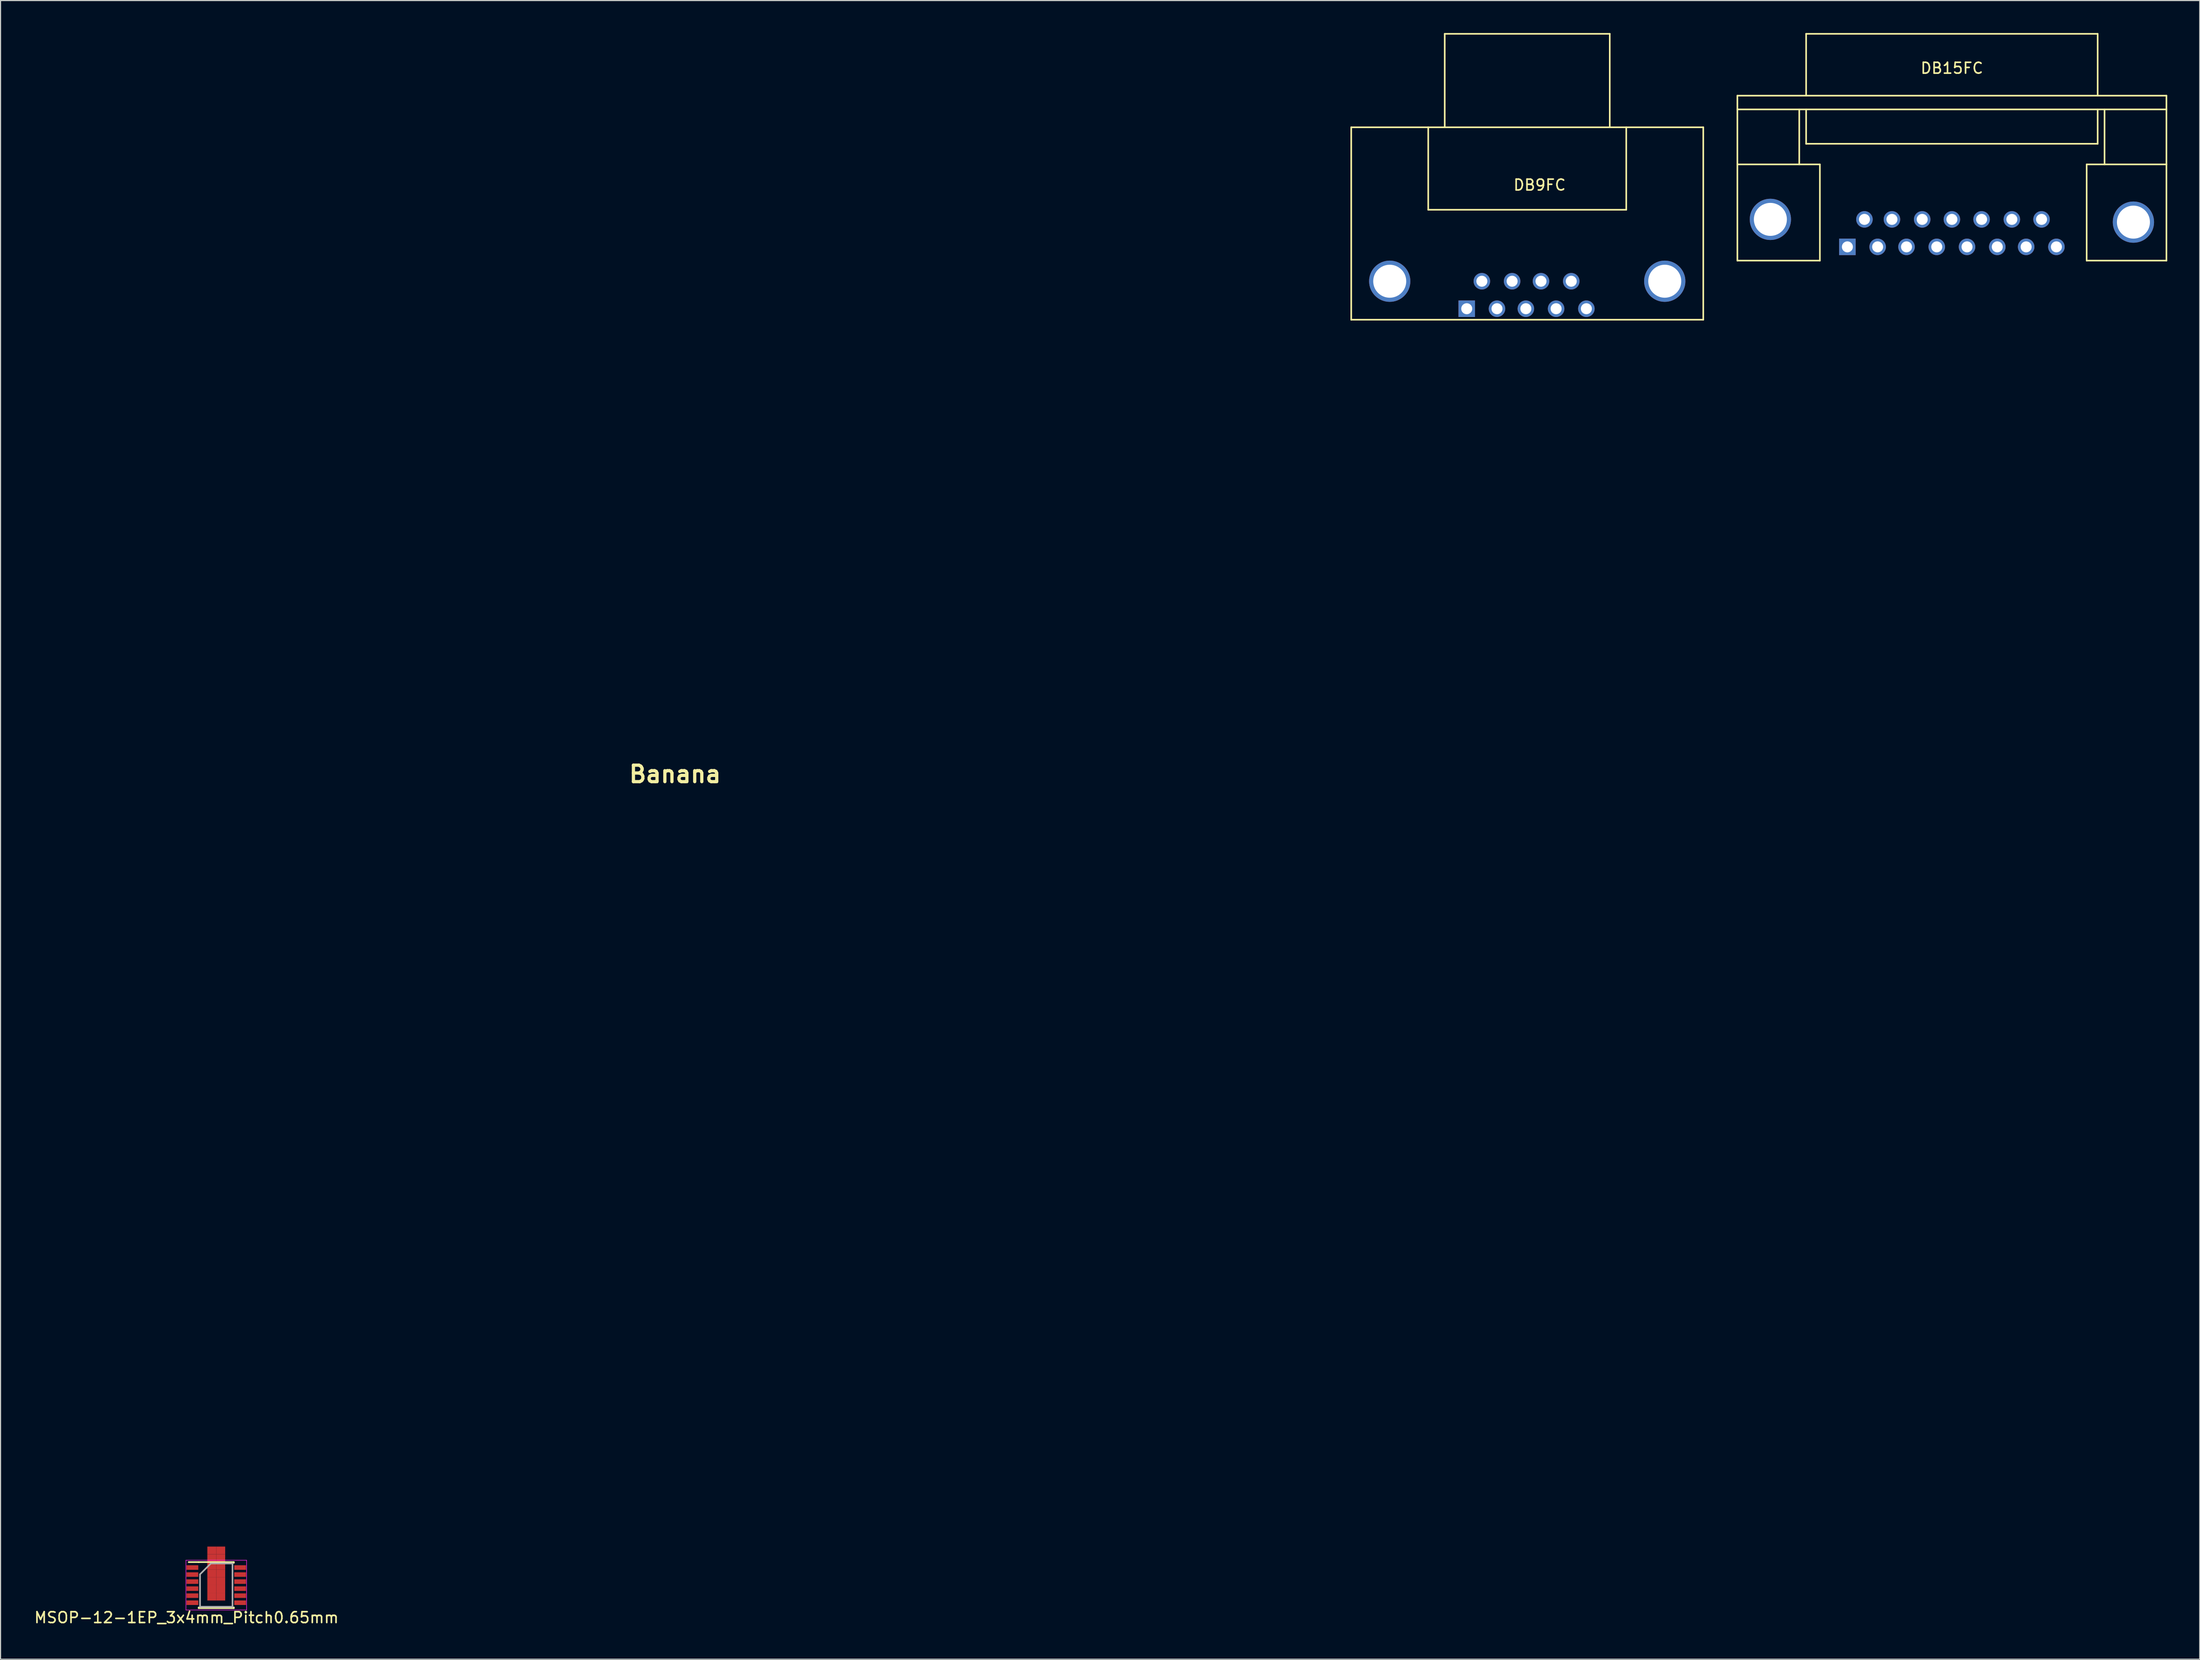
<source format=kicad_pcb>
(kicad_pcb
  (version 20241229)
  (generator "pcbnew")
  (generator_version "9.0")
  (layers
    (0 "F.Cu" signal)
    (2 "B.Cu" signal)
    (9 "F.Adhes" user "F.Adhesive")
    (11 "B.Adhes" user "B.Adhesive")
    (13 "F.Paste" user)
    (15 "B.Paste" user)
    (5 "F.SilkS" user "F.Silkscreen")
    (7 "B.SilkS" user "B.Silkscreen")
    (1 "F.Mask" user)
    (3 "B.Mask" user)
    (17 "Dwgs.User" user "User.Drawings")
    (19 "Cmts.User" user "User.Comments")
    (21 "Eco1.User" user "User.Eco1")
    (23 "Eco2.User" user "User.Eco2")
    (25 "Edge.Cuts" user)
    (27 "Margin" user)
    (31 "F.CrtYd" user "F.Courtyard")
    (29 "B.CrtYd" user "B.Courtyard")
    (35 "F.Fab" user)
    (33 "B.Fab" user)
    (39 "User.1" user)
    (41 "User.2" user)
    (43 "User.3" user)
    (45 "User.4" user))
  (footprint "DB9FC"
    (layer "F.Cu")
    (at 137.867 24.205)
    (property "Reference" "DB9FC" (at 1.27 -10.16 0) (layer "F.SilkS") (effects (font (size 1 1) (thickness 0.15))))
    (attr through_hole)
    (fp_line (start -16.129 -15.494) (end -16.129 2.286) (stroke (width 0.15) (type solid)) (layer "F.SilkS"))
    (fp_line (start -16.129 2.286) (end 16.383 2.286) (stroke (width 0.15) (type solid)) (layer "F.SilkS"))
    (fp_line (start -9.017 -15.494) (end -9.017 -7.874) (stroke (width 0.15) (type solid)) (layer "F.SilkS"))
    (fp_line (start -9.017 -7.874) (end 9.271 -7.874) (stroke (width 0.15) (type solid)) (layer "F.SilkS"))
    (fp_line (start -7.493 -24.13) (end 7.747 -24.13) (stroke (width 0.15) (type solid)) (layer "F.SilkS"))
    (fp_line (start -7.493 -15.494) (end -7.493 -24.13) (stroke (width 0.15) (type solid)) (layer "F.SilkS"))
    (fp_line (start 7.747 -24.13) (end 7.747 -15.494) (stroke (width 0.15) (type solid)) (layer "F.SilkS"))
    (fp_line (start 9.271 -7.874) (end 9.271 -15.494) (stroke (width 0.15) (type solid)) (layer "F.SilkS"))
    (fp_line (start 16.383 -15.494) (end -16.129 -15.494) (stroke (width 0.15) (type solid)) (layer "F.SilkS"))
    (fp_line (start 16.383 2.286) (end 16.383 -15.494) (stroke (width 0.15) (type solid)) (layer "F.SilkS"))
    (pad "0" thru_hole circle (at -12.573 -1.27) (size 3.81 3.81) (drill 3.048) (layers "*.Cu" "*.Mask"))
    (pad "0" thru_hole circle (at 12.827 -1.27) (size 3.81 3.81) (drill 3.048) (layers "*.Cu" "*.Mask"))
    (pad "1" thru_hole rect (at -5.461 1.27) (size 1.524 1.524) (drill 1.016) (layers "*.Cu" "*.Mask"))
    (pad "2" thru_hole circle (at -2.667 1.27) (size 1.524 1.524) (drill 1.016) (layers "*.Cu" "*.Mask"))
    (pad "3" thru_hole circle (at 0 1.27) (size 1.524 1.524) (drill 1.016) (layers "*.Cu" "*.Mask"))
    (pad "4" thru_hole circle (at 2.794 1.27) (size 1.524 1.524) (drill 1.016) (layers "*.Cu" "*.Mask"))
    (pad "5" thru_hole circle (at 5.588 1.27) (size 1.524 1.524) (drill 1.016) (layers "*.Cu" "*.Mask"))
    (pad "6" thru_hole circle (at -4.064 -1.27) (size 1.524 1.524) (drill 1.016) (layers "*.Cu" "*.Mask"))
    (pad "7" thru_hole circle (at -1.27 -1.27) (size 1.524 1.524) (drill 1.016) (layers "*.Cu" "*.Mask"))
    (pad "8" thru_hole circle (at 1.397 -1.27) (size 1.524 1.524) (drill 1.016) (layers "*.Cu" "*.Mask"))
    (pad "9" thru_hole circle (at 4.191 -1.27) (size 1.524 1.524) (drill 1.016) (layers "*.Cu" "*.Mask")))
  (footprint "Banana"
    (layer "F.Cu")
    (at 59.295 68.484)
    (property "Reference" "Banana" (at 0 0 0) (layer "F.SilkS") (effects (font (size 1.524 1.524) (thickness 0.3))))
    (attr through_hole)
    (fp_poly (pts (xy 31.079 -67.098) (xy 32.46 -65.718) (xy 33.214 -62.802) (xy 33.976 -60.129) (xy 34.805 -57.767) (xy 35.735 -55.635) (xy 36.799 -53.656) (xy 37.605 -52.373) (xy 38.302 -51.375) (xy 39.004 -50.489) (xy 39.767 -49.667) (xy 40.643 -48.859) (xy 41.687 -48.016) (xy 42.952 -47.091) (xy 44.493 -46.034) (xy 44.877 -45.777) (xy 46.124 -44.931) (xy 47.386 -44.05) (xy 48.584 -43.19) (xy 49.642 -42.407) (xy 50.482 -41.757) (xy 50.752 -41.535) (xy 52.809 -39.609) (xy 54.544 -37.537) (xy 55.974 -35.287) (xy 57.117 -32.826) (xy 57.99 -30.122) (xy 58.61 -27.142) (xy 58.696 -26.572) (xy 59.203 -21.848) (xy 59.363 -17.12) (xy 59.174 -12.371) (xy 58.634 -7.587) (xy 57.739 -2.75) (xy 56.486 2.155) (xy 54.873 7.143) (xy 52.897 12.231) (xy 50.846 16.822) (xy 50.118 18.314) (xy 49.292 19.931) (xy 48.394 21.625) (xy 47.455 23.343) (xy 46.503 25.036) (xy 45.568 26.653) (xy 44.677 28.143) (xy 43.861 29.457) (xy 43.148 30.544) (xy 42.567 31.354) (xy 42.36 31.609) (xy 39.999 34.273) (xy 37.435 36.99) (xy 34.732 39.704) (xy 31.95 42.357) (xy 29.151 44.891) (xy 26.395 47.249) (xy 23.746 49.373) (xy 22.036 50.654) (xy 20.441 51.794) (xy 18.96 52.809) (xy 17.54 53.729) (xy 16.129 54.581) (xy 14.672 55.395) (xy 13.117 56.198) (xy 11.41 57.019) (xy 9.499 57.887) (xy 7.331 58.829) (xy 4.851 59.875) (xy 4.689 59.942) (xy 1.272 61.349) (xy -1.839 62.587) (xy -4.681 63.67) (xy -7.295 64.61) (xy -9.72 65.419) (xy -11.995 66.108) (xy -14.16 66.692) (xy -16.254 67.18) (xy -18.317 67.587) (xy -20.388 67.924) (xy -21.551 68.085) (xy -22.841 68.211) (xy -24.398 68.3) (xy -26.126 68.349) (xy -27.928 68.361) (xy -29.704 68.334) (xy -31.359 68.269) (xy -32.795 68.166) (xy -33.658 68.066) (xy -35.588 67.722) (xy -37.652 67.243) (xy -39.686 66.67) (xy -41.524 66.047) (xy -41.84 65.926) (xy -43.389 65.271) (xy -45.181 64.435) (xy -47.139 63.46) (xy -49.186 62.387) (xy -51.244 61.259) (xy -53.236 60.118) (xy -55.085 59.006) (xy -56.714 57.964) (xy -57.585 57.367) (xy -58.211 56.91) (xy -58.66 56.511) (xy -58.961 56.094) (xy -59.145 55.582) (xy -59.24 54.896) (xy -59.277 53.961) (xy -59.284 52.949) (xy -59.29 50.898) (xy -57.034 46.929) (xy -51.719 44.487) (xy -49.903 43.654) (xy -48.384 42.961) (xy -47.101 42.384) (xy -45.995 41.902) (xy -45.009 41.49) (xy -44.081 41.125) (xy -43.154 40.784) (xy -42.168 40.444) (xy -41.063 40.082) (xy -39.782 39.674) (xy -38.264 39.198) (xy -38.184 39.172) (xy -36.619 38.679) (xy -35.019 38.171) (xy -33.468 37.674) (xy -32.048 37.214) (xy -30.843 36.819) (xy -29.992 36.535) (xy -28.787 36.149) (xy -27.487 35.769) (xy -26.24 35.436) (xy -25.198 35.192) (xy -25.127 35.178) (xy -21.129 34.178) (xy -17.128 32.804) (xy -13.149 31.073) (xy -9.219 28.999) (xy -5.363 26.599) (xy -1.608 23.887) (xy 2.021 20.882) (xy 5.497 17.596) (xy 7.824 15.142) (xy 9.132 13.664) (xy 10.474 12.085) (xy 11.794 10.475) (xy 13.035 8.906) (xy 14.141 7.448) (xy 15.056 6.172) (xy 15.366 5.712) (xy 17.182 2.69) (xy 18.887 -0.688) (xy 20.478 -4.404) (xy 21.946 -8.437) (xy 23.285 -12.768) (xy 24.491 -17.376) (xy 25.555 -22.243) (xy 26.473 -27.347) (xy 27.053 -31.262) (xy 27.276 -32.763) (xy 27.562 -34.465) (xy 27.879 -36.196) (xy 28.198 -37.786) (xy 28.33 -38.393) (xy 28.597 -39.639) (xy 28.84 -40.871) (xy 29.041 -41.993) (xy 29.183 -42.905) (xy 29.239 -43.398) (xy 29.273 -43.86) (xy 29.284 -44.275) (xy 29.256 -44.686) (xy 29.178 -45.137) (xy 29.035 -45.67) (xy 28.812 -46.329) (xy 28.498 -47.158) (xy 28.076 -48.198) (xy 27.534 -49.495) (xy 26.859 -51.091) (xy 26.55 -51.816) (xy 25.854 -53.445) (xy 25.283 -54.761) (xy 24.811 -55.815) (xy 24.414 -56.653) (xy 24.068 -57.326) (xy 23.748 -57.883) (xy 23.43 -58.372) (xy 23.088 -58.842) (xy 22.921 -59.059) (xy 22.107 -60.313) (xy 21.573 -61.584) (xy 21.325 -62.819) (xy 21.366 -63.966) (xy 21.702 -64.973) (xy 22.336 -65.787) (xy 22.352 -65.801) (xy 22.951 -66.199) (xy 23.872 -66.643) (xy 25.056 -67.111) (xy 26.439 -67.577) (xy 27.961 -68.018) (xy 28.054 -68.043) (xy 29.699 -68.479) (xy 31.079 -67.098)) (stroke (width 0.01) (type solid)) (fill no) (layer "Eco2.User")))
  (footprint "MSOP-12-1EP_3x4mm_Pitch0.65mm"
    (layer "F.Cu")
    (at 16.923 143.412)
    (property "Reference" "MSOP-12-1EP_3x4mm_Pitch0.65mm" (at -2.75 3 0) (layer "F.SilkS") (effects (font (size 1 1) (thickness 0.15))))
    (attr smd)
    (fp_line (start -1.625 -2.125) (end -2.55 -2.125) (stroke (width 0.15) (type solid)) (layer "F.SilkS"))
    (fp_line (start -1.625 -2.125) (end 1.625 -2.125) (stroke (width 0.15) (type solid)) (layer "F.SilkS"))
    (fp_line (start -1.625 2.125) (end -1.625 2.06) (stroke (width 0.15) (type solid)) (layer "F.SilkS"))
    (fp_line (start -1.625 2.125) (end 1.625 2.125) (stroke (width 0.15) (type solid)) (layer "F.SilkS"))
    (fp_line (start 1.625 -2.125) (end 1.625 -2.06) (stroke (width 0.15) (type solid)) (layer "F.SilkS"))
    (fp_line (start 1.625 2.125) (end 1.625 2.06) (stroke (width 0.15) (type solid)) (layer "F.SilkS"))
    (fp_line (start -2.8 -2.3) (end -2.8 2.3) (stroke (width 0.05) (type solid)) (layer "F.CrtYd"))
    (fp_line (start -2.8 -2.3) (end 2.8 -2.3) (stroke (width 0.05) (type solid)) (layer "F.CrtYd"))
    (fp_line (start -2.8 2.3) (end 2.8 2.3) (stroke (width 0.05) (type solid)) (layer "F.CrtYd"))
    (fp_line (start 2.8 -2.3) (end 2.8 2.3) (stroke (width 0.05) (type solid)) (layer "F.CrtYd"))
    (fp_line (start -1.5 -1) (end -0.5 -2) (stroke (width 0.15) (type solid)) (layer "F.Fab"))
    (fp_line (start -1.5 2) (end -1.5 -1) (stroke (width 0.15) (type solid)) (layer "F.Fab"))
    (fp_line (start -0.5 -2) (end 1.5 -2) (stroke (width 0.15) (type solid)) (layer "F.Fab"))
    (fp_line (start 1.5 -2) (end 1.5 2) (stroke (width 0.15) (type solid)) (layer "F.Fab"))
    (fp_line (start 1.5 2) (end -1.5 2) (stroke (width 0.15) (type solid)) (layer "F.Fab"))
    (pad "1" smd rect (at -2.205 -1.625) (size 1.09 0.42) (layers "F.Cu" "F.Mask" "F.Paste"))
    (pad "2" smd rect (at -2.205 -0.975) (size 1.09 0.42) (layers "F.Cu" "F.Mask" "F.Paste"))
    (pad "3" smd rect (at -2.205 -0.325) (size 1.09 0.42) (layers "F.Cu" "F.Mask" "F.Paste"))
    (pad "4" smd rect (at -2.205 0.325) (size 1.09 0.42) (layers "F.Cu" "F.Mask" "F.Paste"))
    (pad "5" smd rect (at -2.205 0.975) (size 1.09 0.42) (layers "F.Cu" "F.Mask" "F.Paste"))
    (pad "6" smd rect (at -2.205 1.625) (size 1.09 0.42) (layers "F.Cu" "F.Mask" "F.Paste"))
    (pad "7" smd rect (at 2.205 1.625) (size 1.09 0.42) (layers "F.Cu" "F.Mask" "F.Paste"))
    (pad "8" smd rect (at 2.205 0.975) (size 1.09 0.42) (layers "F.Cu" "F.Mask" "F.Paste"))
    (pad "9" smd rect (at 2.205 0.325) (size 1.09 0.42) (layers "F.Cu" "F.Mask" "F.Paste"))
    (pad "10" smd rect (at 2.205 -0.325) (size 1.09 0.42) (layers "F.Cu" "F.Mask" "F.Paste"))
    (pad "11" smd rect (at 2.205 -0.975) (size 1.09 0.42) (layers "F.Cu" "F.Mask" "F.Paste"))
    (pad "12" smd rect (at 2.205 -1.625) (size 1.09 0.42) (layers "F.Cu" "F.Mask" "F.Paste"))
    (pad "13" smd rect (at -0.412 -3.206) (size 0.825 0.713) (layers "F.Cu" "F.Mask" "F.Paste"))
    (pad "13" smd rect (at -0.412 -2.494) (size 0.825 0.713) (layers "F.Cu" "F.Mask" "F.Paste"))
    (pad "13" smd rect (at -0.412 -1.781) (size 0.825 0.713) (layers "F.Cu" "F.Mask" "F.Paste"))
    (pad "13" smd rect (at -0.412 -1.069) (size 0.825 0.713) (layers "F.Cu" "F.Mask" "F.Paste"))
    (pad "13" smd rect (at -0.412 -0.356) (size 0.825 0.713) (layers "F.Cu" "F.Mask" "F.Paste"))
    (pad "13" smd rect (at -0.412 0.356) (size 0.825 0.713) (layers "F.Cu" "F.Mask" "F.Paste"))
    (pad "13" smd rect (at -0.412 1.069) (size 0.825 0.713) (layers "F.Cu" "F.Mask" "F.Paste"))
    (pad "13" smd rect (at 0.412 -3.206) (size 0.825 0.713) (layers "F.Cu" "F.Mask" "F.Paste"))
    (pad "13" smd rect (at 0.412 -2.494) (size 0.825 0.713) (layers "F.Cu" "F.Mask" "F.Paste"))
    (pad "13" smd rect (at 0.412 -1.781) (size 0.825 0.713) (layers "F.Cu" "F.Mask" "F.Paste"))
    (pad "13" smd rect (at 0.412 -1.069) (size 0.825 0.713) (layers "F.Cu" "F.Mask" "F.Paste"))
    (pad "13" smd rect (at 0.412 -0.356) (size 0.825 0.713) (layers "F.Cu" "F.Mask" "F.Paste"))
    (pad "13" smd rect (at 0.412 0.356) (size 0.825 0.713) (layers "F.Cu" "F.Mask" "F.Paste"))
    (pad "13" smd rect (at 0.412 1.069) (size 0.825 0.713) (layers "F.Cu" "F.Mask" "F.Paste")))
  (footprint "DB15FC"
    (layer "F.Cu")
    (at 177.212 18.49)
    (property "Reference" "DB15FC" (at 0 -15.24 0) (layer "F.SilkS") (effects (font (size 1 1) (thickness 0.15))))
    (attr through_hole)
    (fp_line (start -19.812 -12.7) (end -19.812 -11.43) (stroke (width 0.15) (type solid)) (layer "F.SilkS"))
    (fp_line (start -19.812 -6.35) (end -12.192 -6.35) (stroke (width 0.15) (type solid)) (layer "F.SilkS"))
    (fp_line (start -19.812 2.54) (end -19.812 -11.43) (stroke (width 0.15) (type solid)) (layer "F.SilkS"))
    (fp_line (start -19.812 2.54) (end -12.192 2.54) (stroke (width 0.15) (type solid)) (layer "F.SilkS"))
    (fp_line (start -14.097 -11.43) (end -14.097 -6.35) (stroke (width 0.15) (type solid)) (layer "F.SilkS"))
    (fp_line (start -13.462 -18.415) (end -13.462 -12.7) (stroke (width 0.15) (type solid)) (layer "F.SilkS"))
    (fp_line (start -13.462 -18.415) (end 13.462 -18.415) (stroke (width 0.15) (type solid)) (layer "F.SilkS"))
    (fp_line (start -13.462 -8.255) (end -13.462 -11.43) (stroke (width 0.15) (type solid)) (layer "F.SilkS"))
    (fp_line (start -12.192 -6.35) (end -12.192 2.54) (stroke (width 0.15) (type solid)) (layer "F.SilkS"))
    (fp_line (start 12.446 -6.35) (end 19.812 -6.35) (stroke (width 0.15) (type solid)) (layer "F.SilkS"))
    (fp_line (start 12.446 2.54) (end 12.446 -6.35) (stroke (width 0.15) (type solid)) (layer "F.SilkS"))
    (fp_line (start 13.462 -12.7) (end 13.462 -18.415) (stroke (width 0.15) (type solid)) (layer "F.SilkS"))
    (fp_line (start 13.462 -8.255) (end -13.462 -8.255) (stroke (width 0.15) (type solid)) (layer "F.SilkS"))
    (fp_line (start 13.462 -8.255) (end 13.462 -11.43) (stroke (width 0.15) (type solid)) (layer "F.SilkS"))
    (fp_line (start 14.097 -6.35) (end 14.097 -11.43) (stroke (width 0.15) (type solid)) (layer "F.SilkS"))
    (fp_line (start 19.812 -12.7) (end -19.812 -12.7) (stroke (width 0.15) (type solid)) (layer "F.SilkS"))
    (fp_line (start 19.812 -11.43) (end -19.812 -11.43) (stroke (width 0.15) (type solid)) (layer "F.SilkS"))
    (fp_line (start 19.812 2.54) (end 12.446 2.54) (stroke (width 0.15) (type solid)) (layer "F.SilkS"))
    (fp_line (start 19.812 2.54) (end 19.812 -12.7) (stroke (width 0.15) (type solid)) (layer "F.SilkS"))
    (pad "0" thru_hole circle (at -16.764 -1.27) (size 3.81 3.81) (drill 3.048) (layers "*.Cu" "*.Mask"))
    (pad "0" thru_hole circle (at 16.764 -1.016) (size 3.81 3.81) (drill 3.048) (layers "*.Cu" "*.Mask"))
    (pad "1" thru_hole rect (at -9.652 1.27) (size 1.524 1.524) (drill 1.016) (layers "*.Cu" "*.Mask"))
    (pad "2" thru_hole circle (at -6.858 1.27) (size 1.524 1.524) (drill 1.016) (layers "*.Cu" "*.Mask"))
    (pad "3" thru_hole circle (at -4.191 1.27) (size 1.524 1.524) (drill 1.016) (layers "*.Cu" "*.Mask"))
    (pad "4" thru_hole circle (at -1.397 1.27) (size 1.524 1.524) (drill 1.016) (layers "*.Cu" "*.Mask"))
    (pad "5" thru_hole circle (at 1.397 1.27) (size 1.524 1.524) (drill 1.016) (layers "*.Cu" "*.Mask"))
    (pad "6" thru_hole circle (at 4.191 1.27) (size 1.524 1.524) (drill 1.016) (layers "*.Cu" "*.Mask"))
    (pad "7" thru_hole circle (at 6.858 1.27) (size 1.524 1.524) (drill 1.016) (layers "*.Cu" "*.Mask"))
    (pad "8" thru_hole circle (at 9.652 1.27) (size 1.524 1.524) (drill 1.016) (layers "*.Cu" "*.Mask"))
    (pad "9" thru_hole circle (at -8.077 -1.27) (size 1.524 1.524) (drill 1.016) (layers "*.Cu" "*.Mask"))
    (pad "10" thru_hole circle (at -5.537 -1.27) (size 1.524 1.524) (drill 1.016) (layers "*.Cu" "*.Mask"))
    (pad "11" thru_hole circle (at -2.743 -1.27) (size 1.524 1.524) (drill 1.016) (layers "*.Cu" "*.Mask"))
    (pad "12" thru_hole circle (at 0 -1.27) (size 1.524 1.524) (drill 1.016) (layers "*.Cu" "*.Mask"))
    (pad "13" thru_hole circle (at 2.743 -1.27) (size 1.524 1.524) (drill 1.016) (layers "*.Cu" "*.Mask"))
    (pad "14" thru_hole circle (at 5.537 -1.27) (size 1.524 1.524) (drill 1.016) (layers "*.Cu" "*.Mask"))
    (pad "15" thru_hole circle (at 8.28 -1.27) (size 1.524 1.524) (drill 1.016) (layers "*.Cu" "*.Mask")))
  (gr_rect
    (start -3 -3)
    (end 200.099 150.26)
    (stroke (width 0.1) (type default))
    (fill no)
    (layer "Edge.Cuts")))
</source>
